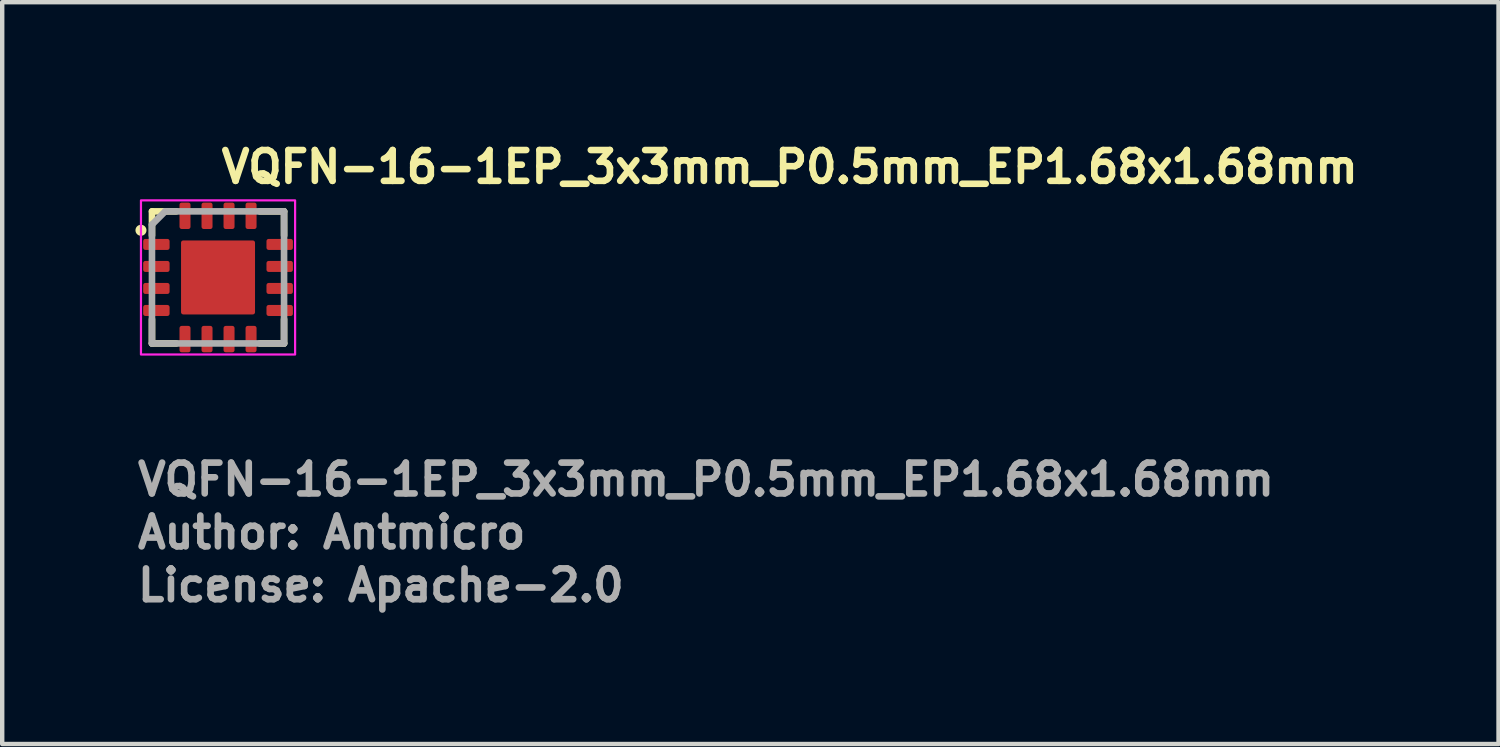
<source format=kicad_pcb>
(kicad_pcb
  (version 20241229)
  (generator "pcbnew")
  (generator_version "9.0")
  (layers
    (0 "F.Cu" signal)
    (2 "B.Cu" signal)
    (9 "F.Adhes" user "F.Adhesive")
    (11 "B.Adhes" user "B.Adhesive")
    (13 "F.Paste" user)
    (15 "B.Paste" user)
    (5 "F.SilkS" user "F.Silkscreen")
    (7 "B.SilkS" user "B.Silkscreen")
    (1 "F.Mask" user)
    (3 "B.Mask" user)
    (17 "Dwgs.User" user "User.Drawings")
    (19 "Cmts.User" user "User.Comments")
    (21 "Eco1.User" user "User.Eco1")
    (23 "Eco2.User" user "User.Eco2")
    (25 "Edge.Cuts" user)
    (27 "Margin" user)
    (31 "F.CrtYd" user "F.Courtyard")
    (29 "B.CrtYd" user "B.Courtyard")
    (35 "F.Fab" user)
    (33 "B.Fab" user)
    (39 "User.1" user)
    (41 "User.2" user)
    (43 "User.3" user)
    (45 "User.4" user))
  (footprint "VQFN-16-1EP_3x3mm_P0.5mm_EP1.68x1.68mm"
    (layer "F.Cu")
    (at 1.901 3.25)
    (property "Reference" "VQFN-16-1EP_3x3mm_P0.5mm_EP1.68x1.68mm" (at 0 -2.1 0) (layer "F.SilkS") (effects (font (size 0.7 0.7) (thickness 0.15)) (justify left bottom)))
    (attr smd)
    (fp_line (start -1.5 -1.5) (end -1.5 -0.951) (stroke (width 0.15) (type solid)) (layer "F.SilkS"))
    (fp_line (start -1.5 1.499) (end -1.5 0.95) (stroke (width 0.15) (type solid)) (layer "F.SilkS"))
    (fp_line (start -1.5 1.499) (end -0.951 1.499) (stroke (width 0.15) (type solid)) (layer "F.SilkS"))
    (fp_line (start -0.95 -1.501) (end -1.5 -1.5) (stroke (width 0.15) (type solid)) (layer "F.SilkS"))
    (fp_line (start 0.95 1.499) (end 1.499 1.499) (stroke (width 0.15) (type solid)) (layer "F.SilkS"))
    (fp_line (start 1.499 -1.5) (end 0.95 -1.5) (stroke (width 0.15) (type solid)) (layer "F.SilkS"))
    (fp_line (start 1.499 0.95) (end 1.499 1.499) (stroke (width 0.15) (type solid)) (layer "F.SilkS"))
    (fp_line (start 1.5 -0.95) (end 1.499 -1.5) (stroke (width 0.15) (type solid)) (layer "F.SilkS"))
    (fp_circle (center -1.75 -1.071) (end -1.7 -1.071) (stroke (width 0.15) (type solid)) (fill yes) (layer "F.SilkS"))
    (fp_rect (start -1.75 -1.75) (end 1.75 1.75) (stroke (width 0.05) (type solid)) (fill no) (layer "F.CrtYd"))
    (fp_line (start -1.5 -1.2) (end -1.5 1.499) (stroke (width 0.15) (type solid)) (layer "F.Fab"))
    (fp_line (start -1.5 -1.2) (end -1.2 -1.5) (stroke (width 0.15) (type solid)) (layer "F.Fab"))
    (fp_line (start -1.2 -1.5) (end 1.499 -1.5) (stroke (width 0.15) (type solid)) (layer "F.Fab"))
    (fp_line (start 1.499 1.499) (end -1.5 1.499) (stroke (width 0.15) (type solid)) (layer "F.Fab"))
    (fp_line (start 1.499 1.499) (end 1.499 -1.5) (stroke (width 0.15) (type solid)) (layer "F.Fab"))
    (fp_rect (start -1.5 -1.5) (end 1.499 1.499) (stroke (width 0.1) (type solid)) (fill no) (layer "User.5"))
    (fp_line (start -1.5 -1.5) (end -1.5 1.499) (stroke (width 0.02) (type solid)) (layer "User.9"))
    (fp_line (start -1.5 1.499) (end 1.499 1.499) (stroke (width 0.02) (type solid)) (layer "User.9"))
    (fp_line (start 1.499 -1.5) (end -1.5 -1.5) (stroke (width 0.02) (type solid)) (layer "User.9"))
    (fp_line (start 1.499 1.499) (end 1.499 -1.5) (stroke (width 0.02) (type solid)) (layer "User.9"))
    (fp_text user "${REFERENCE}" (at -1.901 4.998 0) (layer "F.Fab") (effects (font (size 0.7 0.7) (thickness 0.15)) (justify left bottom)))
    (fp_text user "License: Apache-2.0" (at -1.901 7.4 0) (layer "F.Fab") (effects (font (size 0.7 0.7) (thickness 0.15)) (justify left bottom)))
    (fp_text user "Author: Antmicro" (at -1.901 6.2 0) (layer "F.Fab") (effects (font (size 0.7 0.7) (thickness 0.15)) (justify left bottom)))
    (pad "1" smd roundrect (at -1.4 -0.75) (size 0.6 0.25) (layers "F.Cu" "F.Mask" "F.Paste") (roundrect_rratio 0.2))
    (pad "2" smd roundrect (at -1.4 -0.25) (size 0.6 0.25) (layers "F.Cu" "F.Mask" "F.Paste") (roundrect_rratio 0.2))
    (pad "3" smd roundrect (at -1.4 0.25) (size 0.6 0.25) (layers "F.Cu" "F.Mask" "F.Paste") (roundrect_rratio 0.2))
    (pad "4" smd roundrect (at -1.4 0.75) (size 0.6 0.25) (layers "F.Cu" "F.Mask" "F.Paste") (roundrect_rratio 0.2))
    (pad "5" smd roundrect (at -0.75 1.4 90) (size 0.6 0.25) (layers "F.Cu" "F.Mask" "F.Paste") (roundrect_rratio 0.2))
    (pad "6" smd roundrect (at -0.25 1.4 90) (size 0.6 0.25) (layers "F.Cu" "F.Mask" "F.Paste") (roundrect_rratio 0.2))
    (pad "7" smd roundrect (at 0.25 1.4 90) (size 0.6 0.25) (layers "F.Cu" "F.Mask" "F.Paste") (roundrect_rratio 0.2))
    (pad "8" smd roundrect (at 0.75 1.4 90) (size 0.6 0.25) (layers "F.Cu" "F.Mask" "F.Paste") (roundrect_rratio 0.2))
    (pad "9" smd roundrect (at 1.4 0.75 180) (size 0.6 0.25) (layers "F.Cu" "F.Mask" "F.Paste") (roundrect_rratio 0.2))
    (pad "10" smd roundrect (at 1.4 0.25 180) (size 0.6 0.25) (layers "F.Cu" "F.Mask" "F.Paste") (roundrect_rratio 0.2))
    (pad "11" smd roundrect (at 1.4 -0.25 180) (size 0.6 0.25) (layers "F.Cu" "F.Mask" "F.Paste") (roundrect_rratio 0.2))
    (pad "12" smd roundrect (at 1.4 -0.75 180) (size 0.6 0.25) (layers "F.Cu" "F.Mask" "F.Paste") (roundrect_rratio 0.2))
    (pad "13" smd roundrect (at 0.75 -1.4 270) (size 0.6 0.25) (layers "F.Cu" "F.Mask" "F.Paste") (roundrect_rratio 0.2))
    (pad "14" smd roundrect (at 0.25 -1.4 270) (size 0.6 0.25) (layers "F.Cu" "F.Mask" "F.Paste") (roundrect_rratio 0.2))
    (pad "15" smd roundrect (at -0.25 -1.4 270) (size 0.6 0.25) (layers "F.Cu" "F.Mask" "F.Paste") (roundrect_rratio 0.2))
    (pad "16" smd roundrect (at -0.75 -1.4 270) (size 0.6 0.25) (layers "F.Cu" "F.Mask" "F.Paste") (roundrect_rratio 0.2))
    (pad "17" smd roundrect (at 0 0) (size 1.68 1.68) (layers "F.Cu" "F.Mask" "F.Paste") (roundrect_rratio 0.03)))
  (gr_rect
    (start -3 -3)
    (end 30.978 13.845)
    (stroke (width 0.1) (type default))
    (fill no)
    (layer "Edge.Cuts")))
</source>
